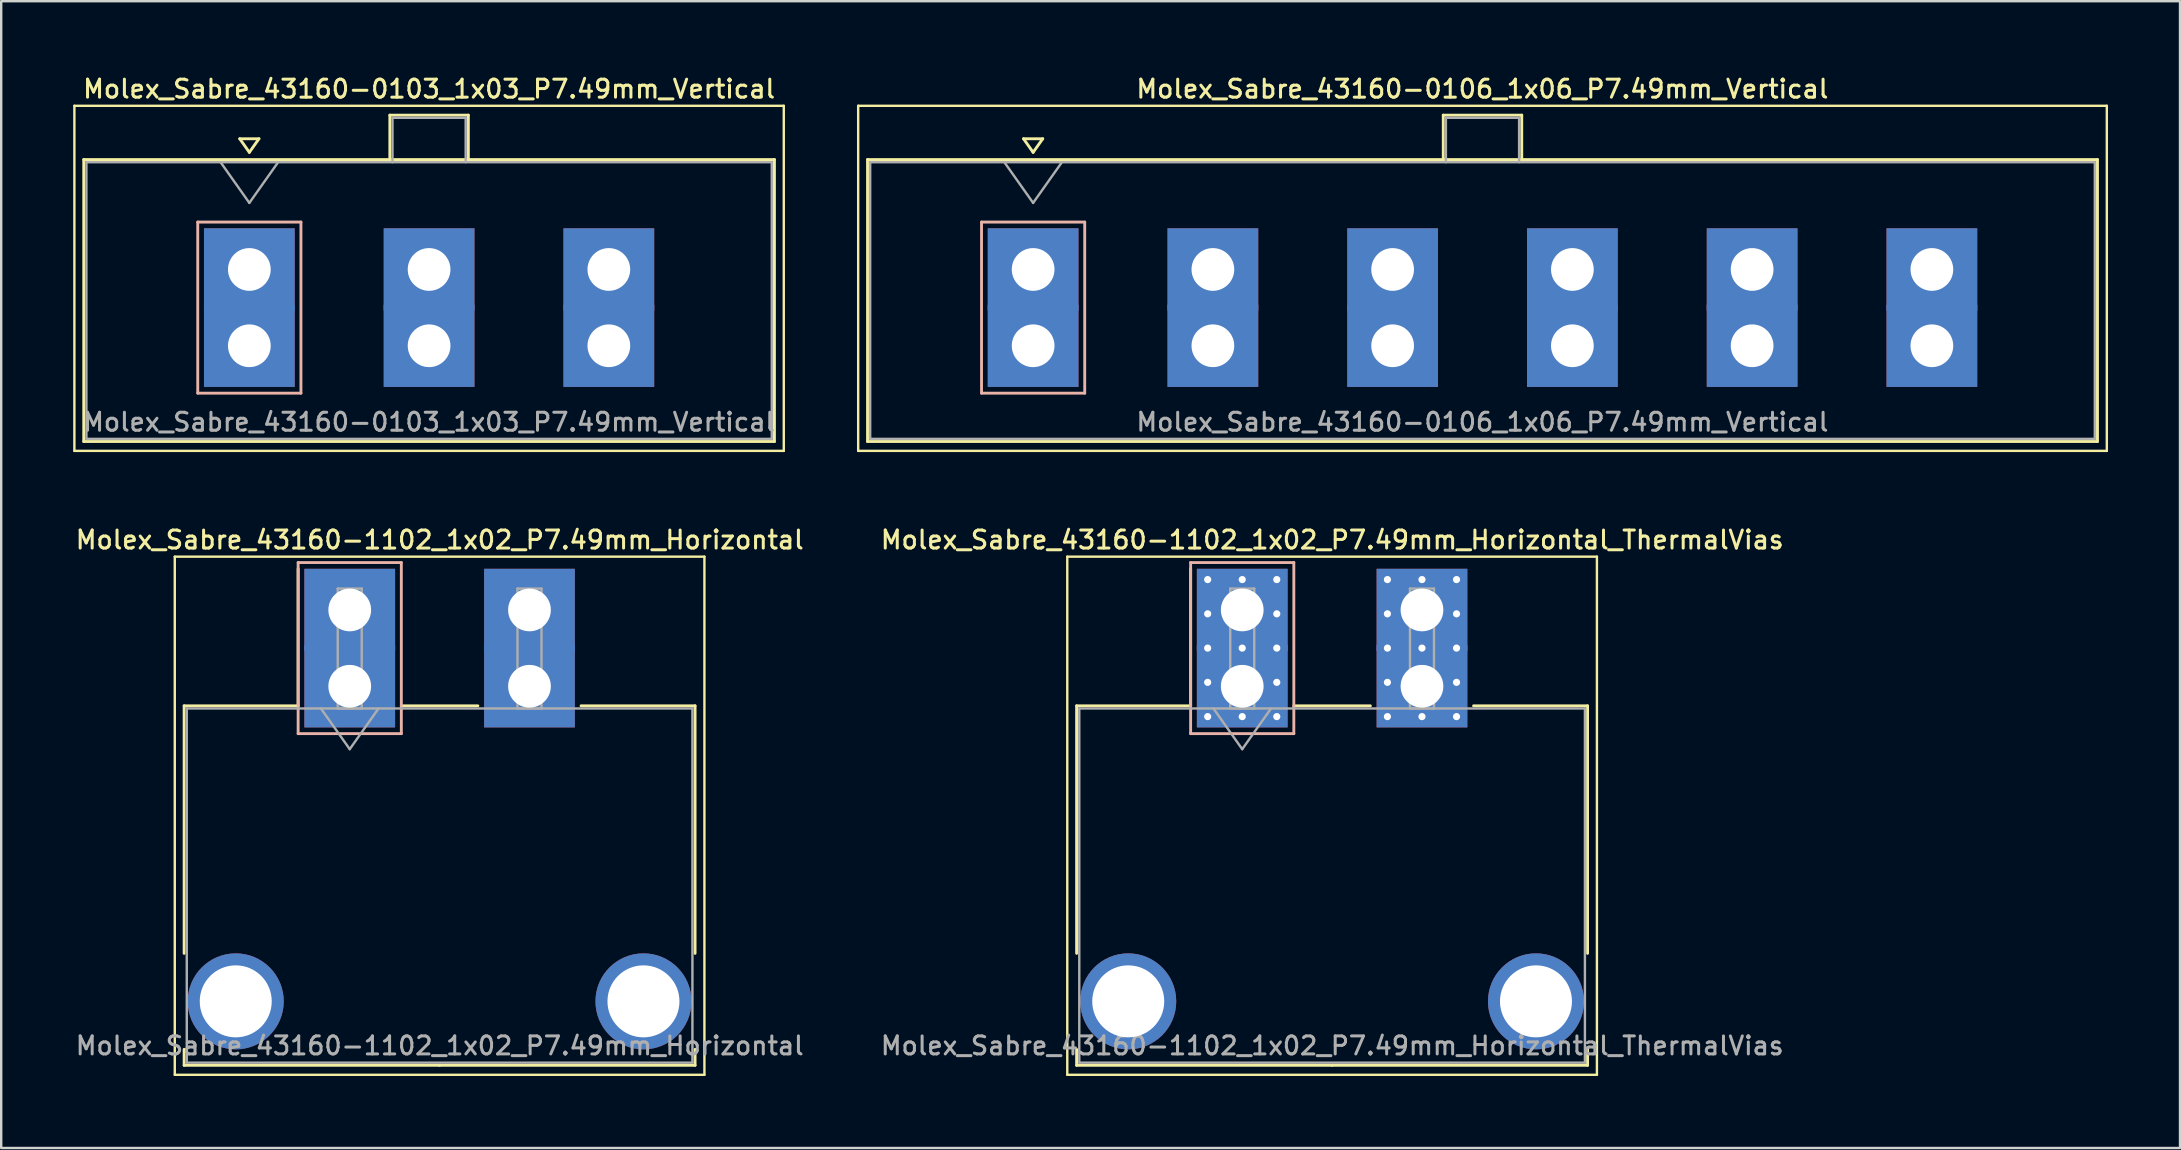
<source format=kicad_pcb>
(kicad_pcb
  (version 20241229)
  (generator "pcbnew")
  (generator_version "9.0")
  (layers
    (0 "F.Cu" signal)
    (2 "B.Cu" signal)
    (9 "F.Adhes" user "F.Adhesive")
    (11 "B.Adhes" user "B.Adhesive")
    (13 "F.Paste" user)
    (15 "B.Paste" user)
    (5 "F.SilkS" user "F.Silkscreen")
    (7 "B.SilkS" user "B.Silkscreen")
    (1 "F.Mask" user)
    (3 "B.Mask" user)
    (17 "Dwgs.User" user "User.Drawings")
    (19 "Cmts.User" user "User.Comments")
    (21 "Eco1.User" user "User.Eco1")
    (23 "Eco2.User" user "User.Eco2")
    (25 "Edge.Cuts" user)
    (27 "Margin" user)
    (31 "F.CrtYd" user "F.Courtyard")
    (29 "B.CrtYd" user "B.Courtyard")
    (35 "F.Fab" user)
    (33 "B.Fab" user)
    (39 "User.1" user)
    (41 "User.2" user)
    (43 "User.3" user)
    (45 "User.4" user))
  (footprint "Molex_Sabre_43160-0103_1x03_P7.49mm_Vertical"
    (layer "F.Cu")
    (at 7.34 11.358)
    (property "Reference" "Molex_Sabre_43160-0103_1x03_P7.49mm_Vertical" (at 7.49 -10.7 0) (layer "F.SilkS") (effects (font (size 0.75 0.75) (thickness 0.125))))
    (attr through_hole)
    (fp_line (start -7.29 -10) (end -7.29 4.38) (stroke (width 0.1) (type solid)) (layer "F.SilkS"))
    (fp_line (start -7.29 4.38) (end 22.27 4.38) (stroke (width 0.1) (type solid)) (layer "F.SilkS"))
    (fp_line (start -6.9 -7.76) (end -6.9 3.99) (stroke (width 0.12) (type solid)) (layer "F.SilkS"))
    (fp_line (start -6.9 3.99) (end 21.88 3.99) (stroke (width 0.12) (type solid)) (layer "F.SilkS"))
    (fp_line (start -0.4 -8.626) (end 0 -8.06) (stroke (width 0.12) (type solid)) (layer "F.SilkS"))
    (fp_line (start 0 -8.06) (end 0.4 -8.626) (stroke (width 0.12) (type solid)) (layer "F.SilkS"))
    (fp_line (start 0.4 -8.626) (end -0.4 -8.626) (stroke (width 0.12) (type solid)) (layer "F.SilkS"))
    (fp_line (start 5.855 -9.61) (end 9.125 -9.61) (stroke (width 0.12) (type solid)) (layer "F.SilkS"))
    (fp_line (start 5.855 -7.76) (end 5.855 -9.61) (stroke (width 0.12) (type solid)) (layer "F.SilkS"))
    (fp_line (start 9.125 -9.61) (end 9.125 -7.76) (stroke (width 0.12) (type solid)) (layer "F.SilkS"))
    (fp_line (start 21.88 -7.76) (end -6.9 -7.76) (stroke (width 0.12) (type solid)) (layer "F.SilkS"))
    (fp_line (start 21.88 3.99) (end 21.88 -7.76) (stroke (width 0.12) (type solid)) (layer "F.SilkS"))
    (fp_line (start 22.27 -10) (end -7.29 -10) (stroke (width 0.1) (type solid)) (layer "F.SilkS"))
    (fp_line (start 22.27 4.38) (end 22.27 -10) (stroke (width 0.1) (type solid)) (layer "F.SilkS"))
    (fp_line (start -2.15 -5.155) (end -2.15 1.975) (stroke (width 0.12) (type solid)) (layer "B.SilkS"))
    (fp_line (start -2.15 1.975) (end 2.15 1.975) (stroke (width 0.12) (type solid)) (layer "B.SilkS"))
    (fp_line (start 2.15 -5.155) (end -2.15 -5.155) (stroke (width 0.12) (type solid)) (layer "B.SilkS"))
    (fp_line (start 2.15 1.975) (end 2.15 -5.155) (stroke (width 0.12) (type solid)) (layer "B.SilkS"))
    (fp_line (start -6.79 -7.65) (end -6.79 3.88) (stroke (width 0.1) (type solid)) (layer "F.Fab"))
    (fp_line (start -6.79 3.88) (end 21.77 3.88) (stroke (width 0.1) (type solid)) (layer "F.Fab"))
    (fp_line (start -1.2 -7.65) (end 0 -5.953) (stroke (width 0.1) (type solid)) (layer "F.Fab"))
    (fp_line (start 0 -5.953) (end 1.2 -7.65) (stroke (width 0.1) (type solid)) (layer "F.Fab"))
    (fp_line (start 5.965 -9.5) (end 9.015 -9.5) (stroke (width 0.1) (type solid)) (layer "F.Fab"))
    (fp_line (start 5.965 -7.65) (end 5.965 -9.5) (stroke (width 0.1) (type solid)) (layer "F.Fab"))
    (fp_line (start 9.015 -9.5) (end 9.015 -7.65) (stroke (width 0.1) (type solid)) (layer "F.Fab"))
    (fp_line (start 21.77 -7.65) (end -6.79 -7.65) (stroke (width 0.1) (type solid)) (layer "F.Fab"))
    (fp_line (start 21.77 3.88) (end 21.77 -7.65) (stroke (width 0.1) (type solid)) (layer "F.Fab"))
    (fp_text user "${REFERENCE}" (at 7.49 3.18 0) (layer "F.Fab") (effects (font (size 0.75 0.75) (thickness 0.125))))
    (pad "1" thru_hole rect (at 0 -3.18) (size 3.78 3.43) (drill 1.78) (layers "*.Cu" "*.Mask"))
    (pad "1" thru_hole rect (at 0 0) (size 3.78 3.43) (drill 1.78) (layers "*.Cu" "*.Mask"))
    (pad "2" thru_hole rect (at 7.49 -3.18) (size 3.78 3.43) (drill 1.78) (layers "*.Cu" "*.Mask"))
    (pad "2" thru_hole rect (at 7.49 0) (size 3.78 3.43) (drill 1.78) (layers "*.Cu" "*.Mask"))
    (pad "3" thru_hole rect (at 14.98 -3.18) (size 3.78 3.43) (drill 1.78) (layers "*.Cu" "*.Mask"))
    (pad "3" thru_hole rect (at 14.98 0) (size 3.78 3.43) (drill 1.78) (layers "*.Cu" "*.Mask")))
  (footprint "Molex_Sabre_43160-1102_1x02_P7.49mm_Horizontal"
    (layer "F.Cu")
    (at 11.523 25.546)
    (property "Reference" "Molex_Sabre_43160-1102_1x02_P7.49mm_Horizontal" (at 3.75 -6.1 0) (layer "F.SilkS") (effects (font (size 0.75 0.75) (thickness 0.125))))
    (attr through_hole)
    (fp_line (start -7.29 -5.4) (end -7.29 16.19) (stroke (width 0.1) (type solid)) (layer "F.SilkS"))
    (fp_line (start -7.29 16.19) (end 14.78 16.19) (stroke (width 0.1) (type solid)) (layer "F.SilkS"))
    (fp_line (start -6.9 0.815) (end -6.9 11.13) (stroke (width 0.12) (type solid)) (layer "F.SilkS"))
    (fp_line (start -6.9 15.13) (end -6.9 15.795) (stroke (width 0.12) (type solid)) (layer "F.SilkS"))
    (fp_line (start -6.9 15.795) (end 3.745 15.795) (stroke (width 0.12) (type solid)) (layer "F.SilkS"))
    (fp_line (start -2.15 0.815) (end -6.9 0.815) (stroke (width 0.12) (type solid)) (layer "F.SilkS"))
    (fp_line (start -2.15 0.815) (end -2.15 -4.895) (stroke (width 0.12) (type solid)) (layer "F.SilkS"))
    (fp_line (start 2.15 0.815) (end 5.34 0.815) (stroke (width 0.12) (type solid)) (layer "F.SilkS"))
    (fp_line (start 9.64 0.815) (end 14.39 0.815) (stroke (width 0.12) (type solid)) (layer "F.SilkS"))
    (fp_line (start 14.39 0.815) (end 14.39 11.13) (stroke (width 0.12) (type solid)) (layer "F.SilkS"))
    (fp_line (start 14.39 15.13) (end 14.39 15.795) (stroke (width 0.12) (type solid)) (layer "F.SilkS"))
    (fp_line (start 14.39 15.795) (end 3.745 15.795) (stroke (width 0.12) (type solid)) (layer "F.SilkS"))
    (fp_line (start 14.78 -5.4) (end -7.29 -5.4) (stroke (width 0.1) (type solid)) (layer "F.SilkS"))
    (fp_line (start 14.78 16.19) (end 14.78 -5.4) (stroke (width 0.1) (type solid)) (layer "F.SilkS"))
    (fp_line (start -2.15 -5.155) (end -2.15 1.975) (stroke (width 0.12) (type solid)) (layer "B.SilkS"))
    (fp_line (start -2.15 1.975) (end 2.15 1.975) (stroke (width 0.12) (type solid)) (layer "B.SilkS"))
    (fp_line (start 2.15 -5.155) (end -2.15 -5.155) (stroke (width 0.12) (type solid)) (layer "B.SilkS"))
    (fp_line (start 2.15 1.975) (end 2.15 -5.155) (stroke (width 0.12) (type solid)) (layer "B.SilkS"))
    (fp_line (start -6.79 0.925) (end -6.79 15.685) (stroke (width 0.1) (type solid)) (layer "F.Fab"))
    (fp_line (start -6.79 15.685) (end 14.28 15.685) (stroke (width 0.1) (type solid)) (layer "F.Fab"))
    (fp_line (start -1.2 0.925) (end 0 2.622) (stroke (width 0.1) (type solid)) (layer "F.Fab"))
    (fp_line (start -0.5 -4.07) (end 0.5 -4.07) (stroke (width 0.1) (type solid)) (layer "F.Fab"))
    (fp_line (start -0.5 0.925) (end -0.5 -4.07) (stroke (width 0.1) (type solid)) (layer "F.Fab"))
    (fp_line (start 0 2.622) (end 1.2 0.925) (stroke (width 0.1) (type solid)) (layer "F.Fab"))
    (fp_line (start 0.5 -4.07) (end 0.5 0.925) (stroke (width 0.1) (type solid)) (layer "F.Fab"))
    (fp_line (start 0.5 0.925) (end -0.5 0.925) (stroke (width 0.1) (type solid)) (layer "F.Fab"))
    (fp_line (start 6.99 -4.07) (end 7.99 -4.07) (stroke (width 0.1) (type solid)) (layer "F.Fab"))
    (fp_line (start 6.99 0.925) (end 6.99 -4.07) (stroke (width 0.1) (type solid)) (layer "F.Fab"))
    (fp_line (start 7.99 -4.07) (end 7.99 0.925) (stroke (width 0.1) (type solid)) (layer "F.Fab"))
    (fp_line (start 7.99 0.925) (end 6.99 0.925) (stroke (width 0.1) (type solid)) (layer "F.Fab"))
    (fp_line (start 14.28 0.925) (end -6.79 0.925) (stroke (width 0.1) (type solid)) (layer "F.Fab"))
    (fp_line (start 14.28 15.685) (end 14.28 0.925) (stroke (width 0.1) (type solid)) (layer "F.Fab"))
    (fp_text user "${REFERENCE}" (at 3.75 14.98 0) (layer "F.Fab") (effects (font (size 0.75 0.75) (thickness 0.125))))
    (pad "" thru_hole circle (at -4.75 13.13) (size 4 4) (drill 3) (layers "*.Cu" "*.Mask"))
    (pad "" thru_hole circle (at 12.24 13.13) (size 4 4) (drill 3) (layers "*.Cu" "*.Mask"))
    (pad "1" thru_hole rect (at 0 -3.18) (size 3.78 3.43) (drill 1.78) (layers "*.Cu" "*.Mask"))
    (pad "1" thru_hole rect (at 0 0) (size 3.78 3.43) (drill 1.78) (layers "*.Cu" "*.Mask"))
    (pad "2" thru_hole rect (at 7.49 -3.18) (size 3.78 3.43) (drill 1.78) (layers "*.Cu" "*.Mask"))
    (pad "2" thru_hole rect (at 7.49 0) (size 3.78 3.43) (drill 1.78) (layers "*.Cu" "*.Mask")))
  (footprint "Molex_Sabre_43160-1102_1x02_P7.49mm_Horizontal_ThermalVias"
    (layer "F.Cu")
    (at 48.713 25.546)
    (property "Reference" "Molex_Sabre_43160-1102_1x02_P7.49mm_Horizontal_ThermalVias" (at 3.75 -6.1 0) (layer "F.SilkS") (effects (font (size 0.75 0.75) (thickness 0.125))))
    (attr through_hole)
    (fp_line (start -7.29 -5.4) (end -7.29 16.19) (stroke (width 0.1) (type solid)) (layer "F.SilkS"))
    (fp_line (start -7.29 16.19) (end 14.78 16.19) (stroke (width 0.1) (type solid)) (layer "F.SilkS"))
    (fp_line (start -6.9 0.815) (end -6.9 11.13) (stroke (width 0.12) (type solid)) (layer "F.SilkS"))
    (fp_line (start -6.9 15.13) (end -6.9 15.795) (stroke (width 0.12) (type solid)) (layer "F.SilkS"))
    (fp_line (start -6.9 15.795) (end 3.745 15.795) (stroke (width 0.12) (type solid)) (layer "F.SilkS"))
    (fp_line (start -2.15 0.815) (end -6.9 0.815) (stroke (width 0.12) (type solid)) (layer "F.SilkS"))
    (fp_line (start -2.15 0.815) (end -2.15 -4.895) (stroke (width 0.12) (type solid)) (layer "F.SilkS"))
    (fp_line (start 2.15 0.815) (end 5.34 0.815) (stroke (width 0.12) (type solid)) (layer "F.SilkS"))
    (fp_line (start 9.64 0.815) (end 14.39 0.815) (stroke (width 0.12) (type solid)) (layer "F.SilkS"))
    (fp_line (start 14.39 0.815) (end 14.39 11.13) (stroke (width 0.12) (type solid)) (layer "F.SilkS"))
    (fp_line (start 14.39 15.13) (end 14.39 15.795) (stroke (width 0.12) (type solid)) (layer "F.SilkS"))
    (fp_line (start 14.39 15.795) (end 3.745 15.795) (stroke (width 0.12) (type solid)) (layer "F.SilkS"))
    (fp_line (start 14.78 -5.4) (end -7.29 -5.4) (stroke (width 0.1) (type solid)) (layer "F.SilkS"))
    (fp_line (start 14.78 16.19) (end 14.78 -5.4) (stroke (width 0.1) (type solid)) (layer "F.SilkS"))
    (fp_line (start -2.15 -5.155) (end -2.15 1.975) (stroke (width 0.12) (type solid)) (layer "B.SilkS"))
    (fp_line (start -2.15 1.975) (end 2.15 1.975) (stroke (width 0.12) (type solid)) (layer "B.SilkS"))
    (fp_line (start 2.15 -5.155) (end -2.15 -5.155) (stroke (width 0.12) (type solid)) (layer "B.SilkS"))
    (fp_line (start 2.15 1.975) (end 2.15 -5.155) (stroke (width 0.12) (type solid)) (layer "B.SilkS"))
    (fp_line (start -6.79 0.925) (end -6.79 15.685) (stroke (width 0.1) (type solid)) (layer "F.Fab"))
    (fp_line (start -6.79 15.685) (end 14.28 15.685) (stroke (width 0.1) (type solid)) (layer "F.Fab"))
    (fp_line (start -1.2 0.925) (end 0 2.622) (stroke (width 0.1) (type solid)) (layer "F.Fab"))
    (fp_line (start -0.5 -4.07) (end 0.5 -4.07) (stroke (width 0.1) (type solid)) (layer "F.Fab"))
    (fp_line (start -0.5 0.925) (end -0.5 -4.07) (stroke (width 0.1) (type solid)) (layer "F.Fab"))
    (fp_line (start 0 2.622) (end 1.2 0.925) (stroke (width 0.1) (type solid)) (layer "F.Fab"))
    (fp_line (start 0.5 -4.07) (end 0.5 0.925) (stroke (width 0.1) (type solid)) (layer "F.Fab"))
    (fp_line (start 0.5 0.925) (end -0.5 0.925) (stroke (width 0.1) (type solid)) (layer "F.Fab"))
    (fp_line (start 6.99 -4.07) (end 7.99 -4.07) (stroke (width 0.1) (type solid)) (layer "F.Fab"))
    (fp_line (start 6.99 0.925) (end 6.99 -4.07) (stroke (width 0.1) (type solid)) (layer "F.Fab"))
    (fp_line (start 7.99 -4.07) (end 7.99 0.925) (stroke (width 0.1) (type solid)) (layer "F.Fab"))
    (fp_line (start 7.99 0.925) (end 6.99 0.925) (stroke (width 0.1) (type solid)) (layer "F.Fab"))
    (fp_line (start 14.28 0.925) (end -6.79 0.925) (stroke (width 0.1) (type solid)) (layer "F.Fab"))
    (fp_line (start 14.28 15.685) (end 14.28 0.925) (stroke (width 0.1) (type solid)) (layer "F.Fab"))
    (fp_text user "${REFERENCE}" (at 3.75 14.98 0) (layer "F.Fab") (effects (font (size 0.75 0.75) (thickness 0.125))))
    (pad "" thru_hole circle (at -4.75 13.13) (size 4 4) (drill 3) (layers "*.Cu" "*.Mask"))
    (pad "" thru_hole circle (at 12.24 13.13) (size 4 4) (drill 3) (layers "*.Cu" "*.Mask"))
    (pad "1" thru_hole rect (at -1.44 -4.445) (size 0.6 0.6) (drill 0.3) (layers "*.Cu" "*.Mask"))
    (pad "1" thru_hole rect (at -1.44 -3.018) (size 0.6 0.6) (drill 0.3) (layers "*.Cu" "*.Mask"))
    (pad "1" thru_hole rect (at -1.44 -1.59) (size 0.6 0.6) (drill 0.3) (layers "*.Cu" "*.Mask"))
    (pad "1" thru_hole rect (at -1.44 -0.163) (size 0.6 0.6) (drill 0.3) (layers "*.Cu" "*.Mask"))
    (pad "1" thru_hole rect (at -1.44 1.265) (size 0.6 0.6) (drill 0.3) (layers "*.Cu" "*.Mask"))
    (pad "1" thru_hole rect (at 0 -4.445) (size 0.6 0.6) (drill 0.3) (layers "*.Cu" "*.Mask"))
    (pad "1" thru_hole rect (at 0 -3.18) (size 3.78 3.43) (drill 1.78) (layers "*.Cu" "*.Mask"))
    (pad "1" thru_hole rect (at 0 -1.59) (size 0.6 0.6) (drill 0.3) (layers "*.Cu" "*.Mask"))
    (pad "1" thru_hole rect (at 0 0) (size 3.78 3.43) (drill 1.78) (layers "*.Cu" "*.Mask"))
    (pad "1" thru_hole rect (at 0 1.265) (size 0.6 0.6) (drill 0.3) (layers "*.Cu" "*.Mask"))
    (pad "1" thru_hole rect (at 1.44 -4.445) (size 0.6 0.6) (drill 0.3) (layers "*.Cu" "*.Mask"))
    (pad "1" thru_hole rect (at 1.44 -3.018) (size 0.6 0.6) (drill 0.3) (layers "*.Cu" "*.Mask"))
    (pad "1" thru_hole rect (at 1.44 -1.59) (size 0.6 0.6) (drill 0.3) (layers "*.Cu" "*.Mask"))
    (pad "1" thru_hole rect (at 1.44 -0.163) (size 0.6 0.6) (drill 0.3) (layers "*.Cu" "*.Mask"))
    (pad "1" thru_hole rect (at 1.44 1.265) (size 0.6 0.6) (drill 0.3) (layers "*.Cu" "*.Mask"))
    (pad "2" thru_hole circle (at 6.05 -4.445) (size 0.6 0.6) (drill 0.3) (layers "*.Cu" "*.Mask"))
    (pad "2" thru_hole circle (at 6.05 -3.018) (size 0.6 0.6) (drill 0.3) (layers "*.Cu" "*.Mask"))
    (pad "2" thru_hole circle (at 6.05 -1.59) (size 0.6 0.6) (drill 0.3) (layers "*.Cu" "*.Mask"))
    (pad "2" thru_hole circle (at 6.05 -0.163) (size 0.6 0.6) (drill 0.3) (layers "*.Cu" "*.Mask"))
    (pad "2" thru_hole circle (at 6.05 1.265) (size 0.6 0.6) (drill 0.3) (layers "*.Cu" "*.Mask"))
    (pad "2" thru_hole circle (at 7.49 -4.445) (size 0.6 0.6) (drill 0.3) (layers "*.Cu" "*.Mask"))
    (pad "2" thru_hole rect (at 7.49 -3.18) (size 3.78 3.43) (drill 1.78) (layers "*.Cu" "*.Mask"))
    (pad "2" thru_hole circle (at 7.49 -1.59) (size 0.6 0.6) (drill 0.3) (layers "*.Cu" "*.Mask"))
    (pad "2" thru_hole rect (at 7.49 0) (size 3.78 3.43) (drill 1.78) (layers "*.Cu" "*.Mask"))
    (pad "2" thru_hole circle (at 7.49 1.265) (size 0.6 0.6) (drill 0.3) (layers "*.Cu" "*.Mask"))
    (pad "2" thru_hole circle (at 8.93 -4.445) (size 0.6 0.6) (drill 0.3) (layers "*.Cu" "*.Mask"))
    (pad "2" thru_hole circle (at 8.93 -3.018) (size 0.6 0.6) (drill 0.3) (layers "*.Cu" "*.Mask"))
    (pad "2" thru_hole circle (at 8.93 -1.59) (size 0.6 0.6) (drill 0.3) (layers "*.Cu" "*.Mask"))
    (pad "2" thru_hole circle (at 8.93 -0.163) (size 0.6 0.6) (drill 0.3) (layers "*.Cu" "*.Mask"))
    (pad "2" thru_hole circle (at 8.93 1.265) (size 0.6 0.6) (drill 0.3) (layers "*.Cu" "*.Mask")))
  (footprint "Molex_Sabre_43160-0106_1x06_P7.49mm_Vertical"
    (layer "F.Cu")
    (at 40 11.358)
    (property "Reference" "Molex_Sabre_43160-0106_1x06_P7.49mm_Vertical" (at 18.72 -10.7 0) (layer "F.SilkS") (effects (font (size 0.75 0.75) (thickness 0.125))))
    (attr through_hole)
    (fp_line (start -7.29 -10) (end -7.29 4.38) (stroke (width 0.1) (type solid)) (layer "F.SilkS"))
    (fp_line (start -7.29 4.38) (end 44.74 4.38) (stroke (width 0.1) (type solid)) (layer "F.SilkS"))
    (fp_line (start -6.9 -7.76) (end -6.9 3.99) (stroke (width 0.12) (type solid)) (layer "F.SilkS"))
    (fp_line (start -6.9 3.99) (end 44.35 3.99) (stroke (width 0.12) (type solid)) (layer "F.SilkS"))
    (fp_line (start -0.4 -8.626) (end 0 -8.06) (stroke (width 0.12) (type solid)) (layer "F.SilkS"))
    (fp_line (start 0 -8.06) (end 0.4 -8.626) (stroke (width 0.12) (type solid)) (layer "F.SilkS"))
    (fp_line (start 0.4 -8.626) (end -0.4 -8.626) (stroke (width 0.12) (type solid)) (layer "F.SilkS"))
    (fp_line (start 17.09 -9.61) (end 20.36 -9.61) (stroke (width 0.12) (type solid)) (layer "F.SilkS"))
    (fp_line (start 17.09 -7.76) (end 17.09 -9.61) (stroke (width 0.12) (type solid)) (layer "F.SilkS"))
    (fp_line (start 20.36 -9.61) (end 20.36 -7.76) (stroke (width 0.12) (type solid)) (layer "F.SilkS"))
    (fp_line (start 44.35 -7.76) (end -6.9 -7.76) (stroke (width 0.12) (type solid)) (layer "F.SilkS"))
    (fp_line (start 44.35 3.99) (end 44.35 -7.76) (stroke (width 0.12) (type solid)) (layer "F.SilkS"))
    (fp_line (start 44.74 -10) (end -7.29 -10) (stroke (width 0.1) (type solid)) (layer "F.SilkS"))
    (fp_line (start 44.74 4.38) (end 44.74 -10) (stroke (width 0.1) (type solid)) (layer "F.SilkS"))
    (fp_line (start -2.15 -5.155) (end -2.15 1.975) (stroke (width 0.12) (type solid)) (layer "B.SilkS"))
    (fp_line (start -2.15 1.975) (end 2.15 1.975) (stroke (width 0.12) (type solid)) (layer "B.SilkS"))
    (fp_line (start 2.15 -5.155) (end -2.15 -5.155) (stroke (width 0.12) (type solid)) (layer "B.SilkS"))
    (fp_line (start 2.15 1.975) (end 2.15 -5.155) (stroke (width 0.12) (type solid)) (layer "B.SilkS"))
    (fp_line (start -6.79 -7.65) (end -6.79 3.88) (stroke (width 0.1) (type solid)) (layer "F.Fab"))
    (fp_line (start -6.79 3.88) (end 44.24 3.88) (stroke (width 0.1) (type solid)) (layer "F.Fab"))
    (fp_line (start -1.2 -7.65) (end 0 -5.953) (stroke (width 0.1) (type solid)) (layer "F.Fab"))
    (fp_line (start 0 -5.953) (end 1.2 -7.65) (stroke (width 0.1) (type solid)) (layer "F.Fab"))
    (fp_line (start 17.2 -9.5) (end 20.25 -9.5) (stroke (width 0.1) (type solid)) (layer "F.Fab"))
    (fp_line (start 17.2 -7.65) (end 17.2 -9.5) (stroke (width 0.1) (type solid)) (layer "F.Fab"))
    (fp_line (start 20.25 -9.5) (end 20.25 -7.65) (stroke (width 0.1) (type solid)) (layer "F.Fab"))
    (fp_line (start 44.24 -7.65) (end -6.79 -7.65) (stroke (width 0.1) (type solid)) (layer "F.Fab"))
    (fp_line (start 44.24 3.88) (end 44.24 -7.65) (stroke (width 0.1) (type solid)) (layer "F.Fab"))
    (fp_text user "${REFERENCE}" (at 18.72 3.18 0) (layer "F.Fab") (effects (font (size 0.75 0.75) (thickness 0.125))))
    (pad "1" thru_hole rect (at 0 -3.18) (size 3.78 3.43) (drill 1.78) (layers "*.Cu" "*.Mask"))
    (pad "1" thru_hole rect (at 0 0) (size 3.78 3.43) (drill 1.78) (layers "*.Cu" "*.Mask"))
    (pad "2" thru_hole rect (at 7.49 -3.18) (size 3.78 3.43) (drill 1.78) (layers "*.Cu" "*.Mask"))
    (pad "2" thru_hole rect (at 7.49 0) (size 3.78 3.43) (drill 1.78) (layers "*.Cu" "*.Mask"))
    (pad "3" thru_hole rect (at 14.98 -3.18) (size 3.78 3.43) (drill 1.78) (layers "*.Cu" "*.Mask"))
    (pad "3" thru_hole rect (at 14.98 0) (size 3.78 3.43) (drill 1.78) (layers "*.Cu" "*.Mask"))
    (pad "4" thru_hole rect (at 22.47 -3.18) (size 3.78 3.43) (drill 1.78) (layers "*.Cu" "*.Mask"))
    (pad "4" thru_hole rect (at 22.47 0) (size 3.78 3.43) (drill 1.78) (layers "*.Cu" "*.Mask"))
    (pad "5" thru_hole rect (at 29.96 -3.18) (size 3.78 3.43) (drill 1.78) (layers "*.Cu" "*.Mask"))
    (pad "5" thru_hole rect (at 29.96 0) (size 3.78 3.43) (drill 1.78) (layers "*.Cu" "*.Mask"))
    (pad "6" thru_hole rect (at 37.45 -3.18) (size 3.78 3.43) (drill 1.78) (layers "*.Cu" "*.Mask"))
    (pad "6" thru_hole rect (at 37.45 0) (size 3.78 3.43) (drill 1.78) (layers "*.Cu" "*.Mask")))
  (gr_rect
    (start -3 -3)
    (end 87.79 44.786)
    (stroke (width 0.1) (type default))
    (fill no)
    (layer "Edge.Cuts")))
</source>
